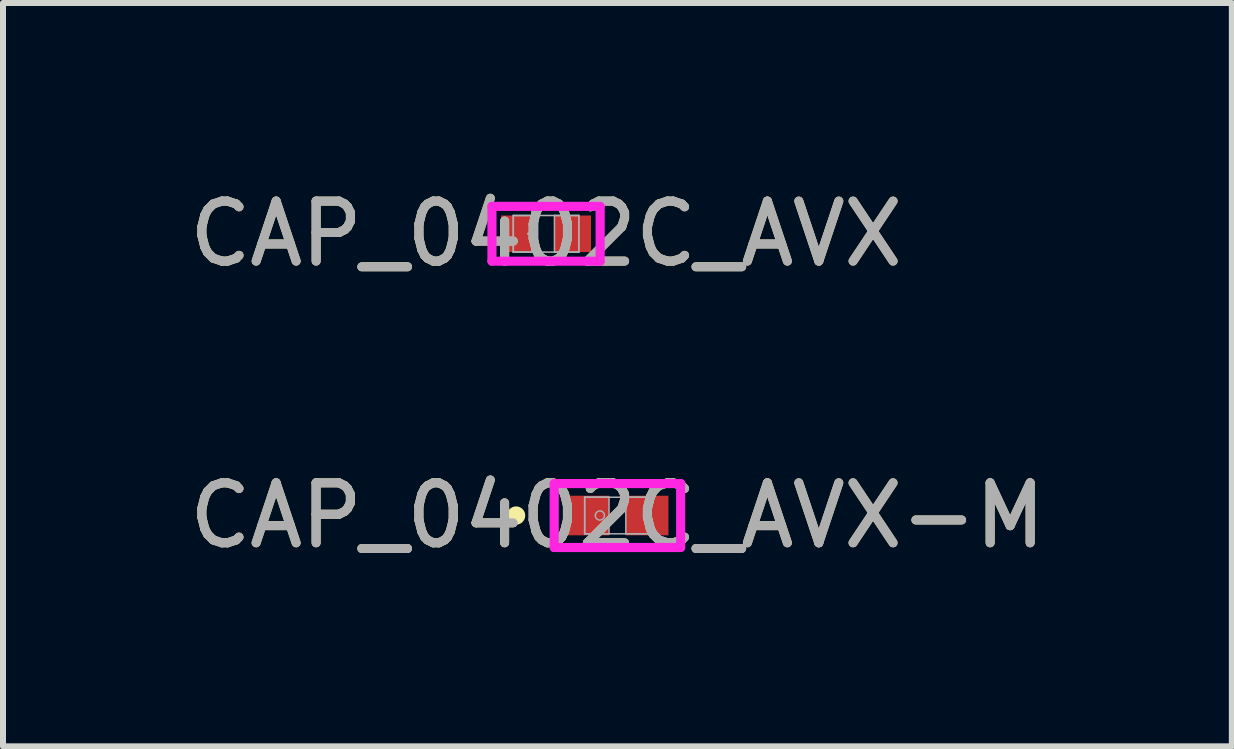
<source format=kicad_pcb>
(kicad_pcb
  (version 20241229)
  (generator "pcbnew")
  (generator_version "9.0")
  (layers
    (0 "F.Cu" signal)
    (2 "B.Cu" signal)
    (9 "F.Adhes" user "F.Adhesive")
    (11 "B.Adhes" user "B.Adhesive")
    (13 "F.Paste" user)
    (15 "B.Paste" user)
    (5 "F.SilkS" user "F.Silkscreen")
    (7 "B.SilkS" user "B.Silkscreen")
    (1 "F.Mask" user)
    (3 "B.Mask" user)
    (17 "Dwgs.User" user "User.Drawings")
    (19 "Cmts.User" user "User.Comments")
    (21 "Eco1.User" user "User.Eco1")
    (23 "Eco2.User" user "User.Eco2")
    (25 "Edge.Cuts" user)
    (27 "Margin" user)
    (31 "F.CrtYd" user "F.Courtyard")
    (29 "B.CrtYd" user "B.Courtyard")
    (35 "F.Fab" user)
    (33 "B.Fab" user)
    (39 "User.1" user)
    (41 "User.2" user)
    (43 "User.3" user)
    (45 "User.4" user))
  (footprint "CAP_0402C_AVX"
    (layer "F.Cu")
    (at 6.054 0.848)
    (property "Reference" "CAP_0402C_AVX" (at 0 0 0) (unlocked yes) (layer "F.SilkS") (effects (font (size 1 1) (thickness 0.15))))
    (attr smd)
    (fp_line (start -0.902 -0.457) (end 0.902 -0.457) (stroke (width 0.152) (type solid)) (layer "F.CrtYd"))
    (fp_line (start -0.902 0.457) (end -0.902 -0.457) (stroke (width 0.152) (type solid)) (layer "F.CrtYd"))
    (fp_line (start 0.902 -0.457) (end 0.902 0.457) (stroke (width 0.152) (type solid)) (layer "F.CrtYd"))
    (fp_line (start 0.902 0.457) (end -0.902 0.457) (stroke (width 0.152) (type solid)) (layer "F.CrtYd"))
    (fp_line (start -0.546 -0.305) (end -0.546 0.305) (stroke (width 0.025) (type solid)) (layer "F.Fab"))
    (fp_line (start -0.546 -0.305) (end -0.546 0.305) (stroke (width 0.025) (type solid)) (layer "F.Fab"))
    (fp_line (start -0.546 0.305) (end -0.14 0.305) (stroke (width 0.025) (type solid)) (layer "F.Fab"))
    (fp_line (start -0.546 0.305) (end 0.546 0.305) (stroke (width 0.025) (type solid)) (layer "F.Fab"))
    (fp_line (start -0.14 -0.305) (end -0.546 -0.305) (stroke (width 0.025) (type solid)) (layer "F.Fab"))
    (fp_line (start -0.14 0.305) (end -0.14 -0.305) (stroke (width 0.025) (type solid)) (layer "F.Fab"))
    (fp_line (start 0.14 -0.305) (end 0.14 0.305) (stroke (width 0.025) (type solid)) (layer "F.Fab"))
    (fp_line (start 0.14 0.305) (end 0.546 0.305) (stroke (width 0.025) (type solid)) (layer "F.Fab"))
    (fp_line (start 0.546 -0.305) (end -0.546 -0.305) (stroke (width 0.025) (type solid)) (layer "F.Fab"))
    (fp_line (start 0.546 -0.305) (end 0.14 -0.305) (stroke (width 0.025) (type solid)) (layer "F.Fab"))
    (fp_line (start 0.546 0.305) (end 0.546 -0.305) (stroke (width 0.025) (type solid)) (layer "F.Fab"))
    (fp_line (start 0.546 0.305) (end 0.546 -0.305) (stroke (width 0.025) (type solid)) (layer "F.Fab"))
    (fp_circle (center -0.292 0) (end -0.292 0) (stroke (width 0.025) (type solid)) (fill no) (layer "F.Fab"))
    (fp_text user "${REFERENCE}" (at 0 0 0) (unlocked yes) (layer "F.Fab") (effects (font (size 1 1) (thickness 0.15))))
    (pad "1" smd rect (at -0.445 0) (size 0.61 0.61) (layers "F.Cu" "F.Mask" "F.Paste"))
    (pad "2" smd rect (at 0.445 0) (size 0.61 0.61) (layers "F.Cu" "F.Mask" "F.Paste"))
    (zone (net_name "") (layer "F.Cu") (hatch full 0.508) (connect_pads) (min_thickness 0.254) (filled_areas_thickness no) (keepout (tracks not_allowed) (vias not_allowed) (pads allowed) (copperpour not_allowed) (footprints allowed)) (placement (enabled no)) (fill) (polygon (pts (xy 5.965 0.594) (xy 6.142 0.594) (xy 6.142 1.102) (xy 5.965 1.102)))))
  (footprint "CAP_0402C_AVX-M"
    (layer "F.Cu")
    (at 7.244 5.545)
    (property "Reference" "CAP_0402C_AVX-M" (at 0 0 0) (unlocked yes) (layer "F.SilkS") (effects (font (size 1 1) (thickness 0.15))))
    (attr smd)
    (fp_circle (center -1.689 0) (end -1.613 0) (stroke (width 0.152) (type solid)) (fill no) (layer "F.SilkS"))
    (fp_line (start -1.054 -0.533) (end 1.054 -0.533) (stroke (width 0.152) (type solid)) (layer "F.CrtYd"))
    (fp_line (start -1.054 0.533) (end -1.054 -0.533) (stroke (width 0.152) (type solid)) (layer "F.CrtYd"))
    (fp_line (start 1.054 -0.533) (end 1.054 0.533) (stroke (width 0.152) (type solid)) (layer "F.CrtYd"))
    (fp_line (start 1.054 0.533) (end -1.054 0.533) (stroke (width 0.152) (type solid)) (layer "F.CrtYd"))
    (fp_line (start -0.546 -0.305) (end -0.546 0.305) (stroke (width 0.025) (type solid)) (layer "F.Fab"))
    (fp_line (start -0.546 -0.305) (end -0.546 0.305) (stroke (width 0.025) (type solid)) (layer "F.Fab"))
    (fp_line (start -0.546 0.305) (end -0.14 0.305) (stroke (width 0.025) (type solid)) (layer "F.Fab"))
    (fp_line (start -0.546 0.305) (end 0.546 0.305) (stroke (width 0.025) (type solid)) (layer "F.Fab"))
    (fp_line (start -0.14 -0.305) (end -0.546 -0.305) (stroke (width 0.025) (type solid)) (layer "F.Fab"))
    (fp_line (start -0.14 0.305) (end -0.14 -0.305) (stroke (width 0.025) (type solid)) (layer "F.Fab"))
    (fp_line (start 0.14 -0.305) (end 0.14 0.305) (stroke (width 0.025) (type solid)) (layer "F.Fab"))
    (fp_line (start 0.14 0.305) (end 0.546 0.305) (stroke (width 0.025) (type solid)) (layer "F.Fab"))
    (fp_line (start 0.546 -0.305) (end -0.546 -0.305) (stroke (width 0.025) (type solid)) (layer "F.Fab"))
    (fp_line (start 0.546 -0.305) (end 0.14 -0.305) (stroke (width 0.025) (type solid)) (layer "F.Fab"))
    (fp_line (start 0.546 0.305) (end 0.546 -0.305) (stroke (width 0.025) (type solid)) (layer "F.Fab"))
    (fp_line (start 0.546 0.305) (end 0.546 -0.305) (stroke (width 0.025) (type solid)) (layer "F.Fab"))
    (fp_circle (center -0.292 0) (end -0.216 0) (stroke (width 0.025) (type solid)) (fill no) (layer "F.Fab"))
    (fp_text user "${REFERENCE}" (at 0 0 0) (unlocked yes) (layer "F.Fab") (effects (font (size 1 1) (thickness 0.15))))
    (pad "1" smd rect (at -0.495 0) (size 0.711 0.66) (layers "F.Cu" "F.Mask" "F.Paste"))
    (pad "2" smd rect (at 0.495 0) (size 0.711 0.66) (layers "F.Cu" "F.Mask" "F.Paste"))
    (zone (net_name "") (layer "F.Cu") (hatch full 0.508) (connect_pads) (min_thickness 0.254) (filled_areas_thickness no) (keepout (tracks not_allowed) (vias not_allowed) (pads allowed) (copperpour not_allowed) (footprints allowed)) (placement (enabled no)) (fill) (polygon (pts (xy 7.155 5.291) (xy 7.333 5.291) (xy 7.333 5.799) (xy 7.155 5.799)))))
  (gr_rect
    (start -3 -3)
    (end 17.488 9.393)
    (stroke (width 0.1) (type default))
    (fill no)
    (layer "Edge.Cuts")))
</source>
